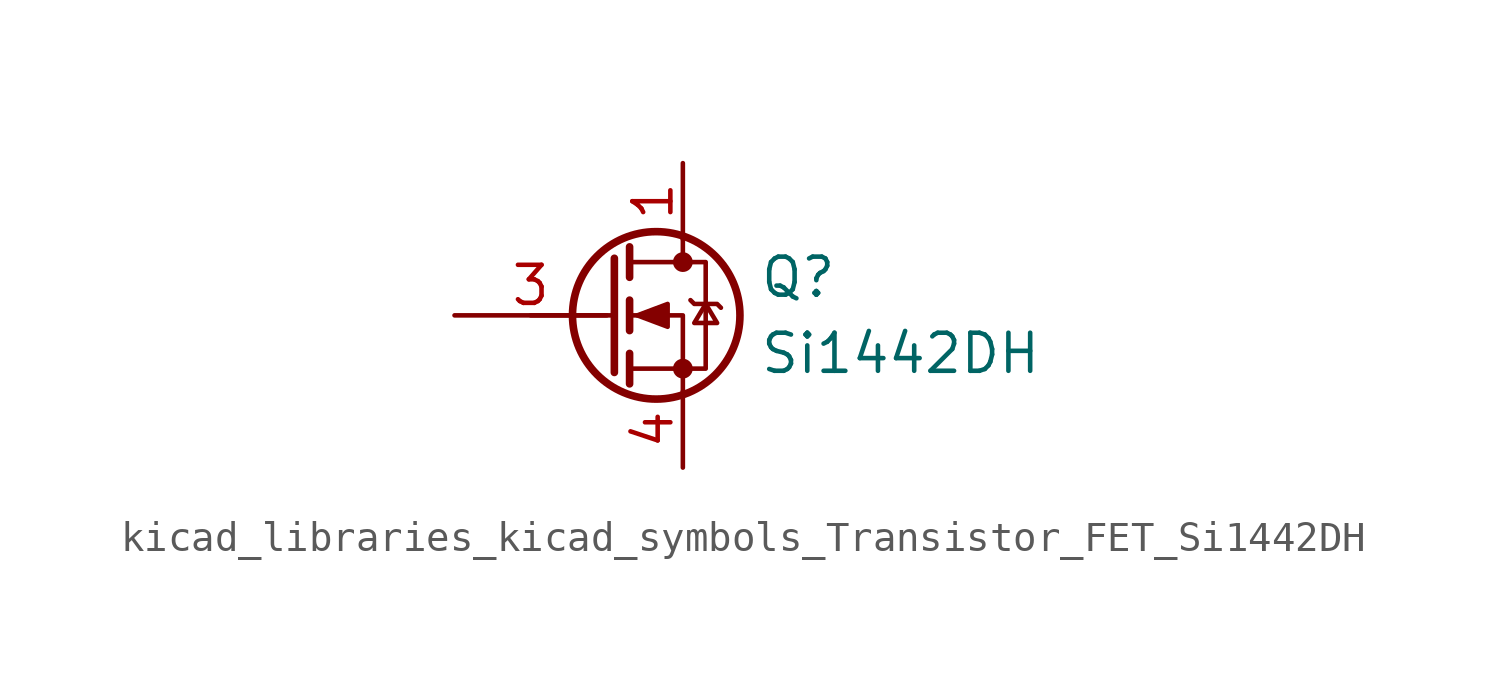
<source format=kicad_sym>
(kicad_symbol_lib
  (version 20220914)
  (generator kicad_symbol_editor)
  (symbol "kicad_libraries_kicad_symbols_Transistor_FET_Si1442DH"
    (pin_names hide)
    (property "Reference" "Q"
      (at 5.08 1.27 0)
      (effects (font (size 1.27 1.27)) (justify left)))
    (property "Value" "Si1442DH"
      (at 5.08 -1.27 0)
      (effects (font (size 1.27 1.27)) (justify left)))
    (symbol "kicad_libraries_kicad_symbols_Transistor_FET_Si1442DH_0_1"
      (polyline (pts (xy 0.254 0) (xy -2.54 0)) (stroke (width 0) (type default)) (fill (type none)))
      (polyline (pts (xy 0.254 1.905) (xy 0.254 -1.905)) (stroke (width 0.254) (type default)) (fill (type none)))
      (polyline (pts (xy 0.762 -1.27) (xy 0.762 -2.286)) (stroke (width 0.254) (type default)) (fill (type none)))
      (polyline (pts (xy 0.762 0.508) (xy 0.762 -0.508)) (stroke (width 0.254) (type default)) (fill (type none)))
      (polyline (pts (xy 0.762 2.286) (xy 0.762 1.27)) (stroke (width 0.254) (type default)) (fill (type none)))
      (polyline (pts (xy 2.54 2.54) (xy 2.54 1.778)) (stroke (width 0) (type default)) (fill (type none)))
      (polyline (pts (xy 2.54 -2.54) (xy 2.54 0) (xy 0.762 0)) (stroke (width 0) (type default)) (fill (type none)))
      (polyline (pts (xy 0.762 -1.778) (xy 3.302 -1.778) (xy 3.302 1.778) (xy 0.762 1.778)) (stroke (width 0) (type default)) (fill (type none)))
      (polyline (pts (xy 1.016 0) (xy 2.032 0.381) (xy 2.032 -0.381) (xy 1.016 0)) (stroke (width 0) (type default)) (fill (type outline)))
      (polyline (pts (xy 2.794 0.508) (xy 2.921 0.381) (xy 3.683 0.381) (xy 3.81 0.254)) (stroke (width 0) (type default)) (fill (type none)))
      (polyline (pts (xy 3.302 0.381) (xy 2.921 -0.254) (xy 3.683 -0.254) (xy 3.302 0.381)) (stroke (width 0) (type default)) (fill (type none)))
      (circle (center 1.651 0) (radius 2.794) (stroke (width 0.254) (type default)) (fill (type none)))
      (circle (center 2.54 -1.778) (radius 0.254) (stroke (width 0) (type default)) (fill (type outline)))
      (circle (center 2.54 1.778) (radius 0.254) (stroke (width 0) (type default)) (fill (type outline))))
    (symbol "kicad_libraries_kicad_symbols_Transistor_FET_Si1442DH_1_1"
      (pin passive line (at 2.54 5.08 270) (length 2.54) (name "D" (effects (font (size 1.27 1.27)))) (number "1" (effects (font (size 1.27 1.27)))))
      (pin passive line (at 2.54 5.08 270) (length 2.54) hide (name "D" (effects (font (size 1.27 1.27)))) (number "2" (effects (font (size 1.27 1.27)))))
      (pin input line (at -5.08 0 0) (length 5.08) (name "G" (effects (font (size 1.27 1.27)))) (number "3" (effects (font (size 1.27 1.27)))))
      (pin passive line (at 2.54 -5.08 90) (length 2.54) (name "S" (effects (font (size 1.27 1.27)))) (number "4" (effects (font (size 1.27 1.27)))))
      (pin passive line (at 2.54 5.08 270) (length 2.54) hide (name "D" (effects (font (size 1.27 1.27)))) (number "5" (effects (font (size 1.27 1.27)))))
      (pin passive line (at 2.54 5.08 270) (length 2.54) hide (name "D" (effects (font (size 1.27 1.27)))) (number "6" (effects (font (size 1.27 1.27))))))))
</source>
